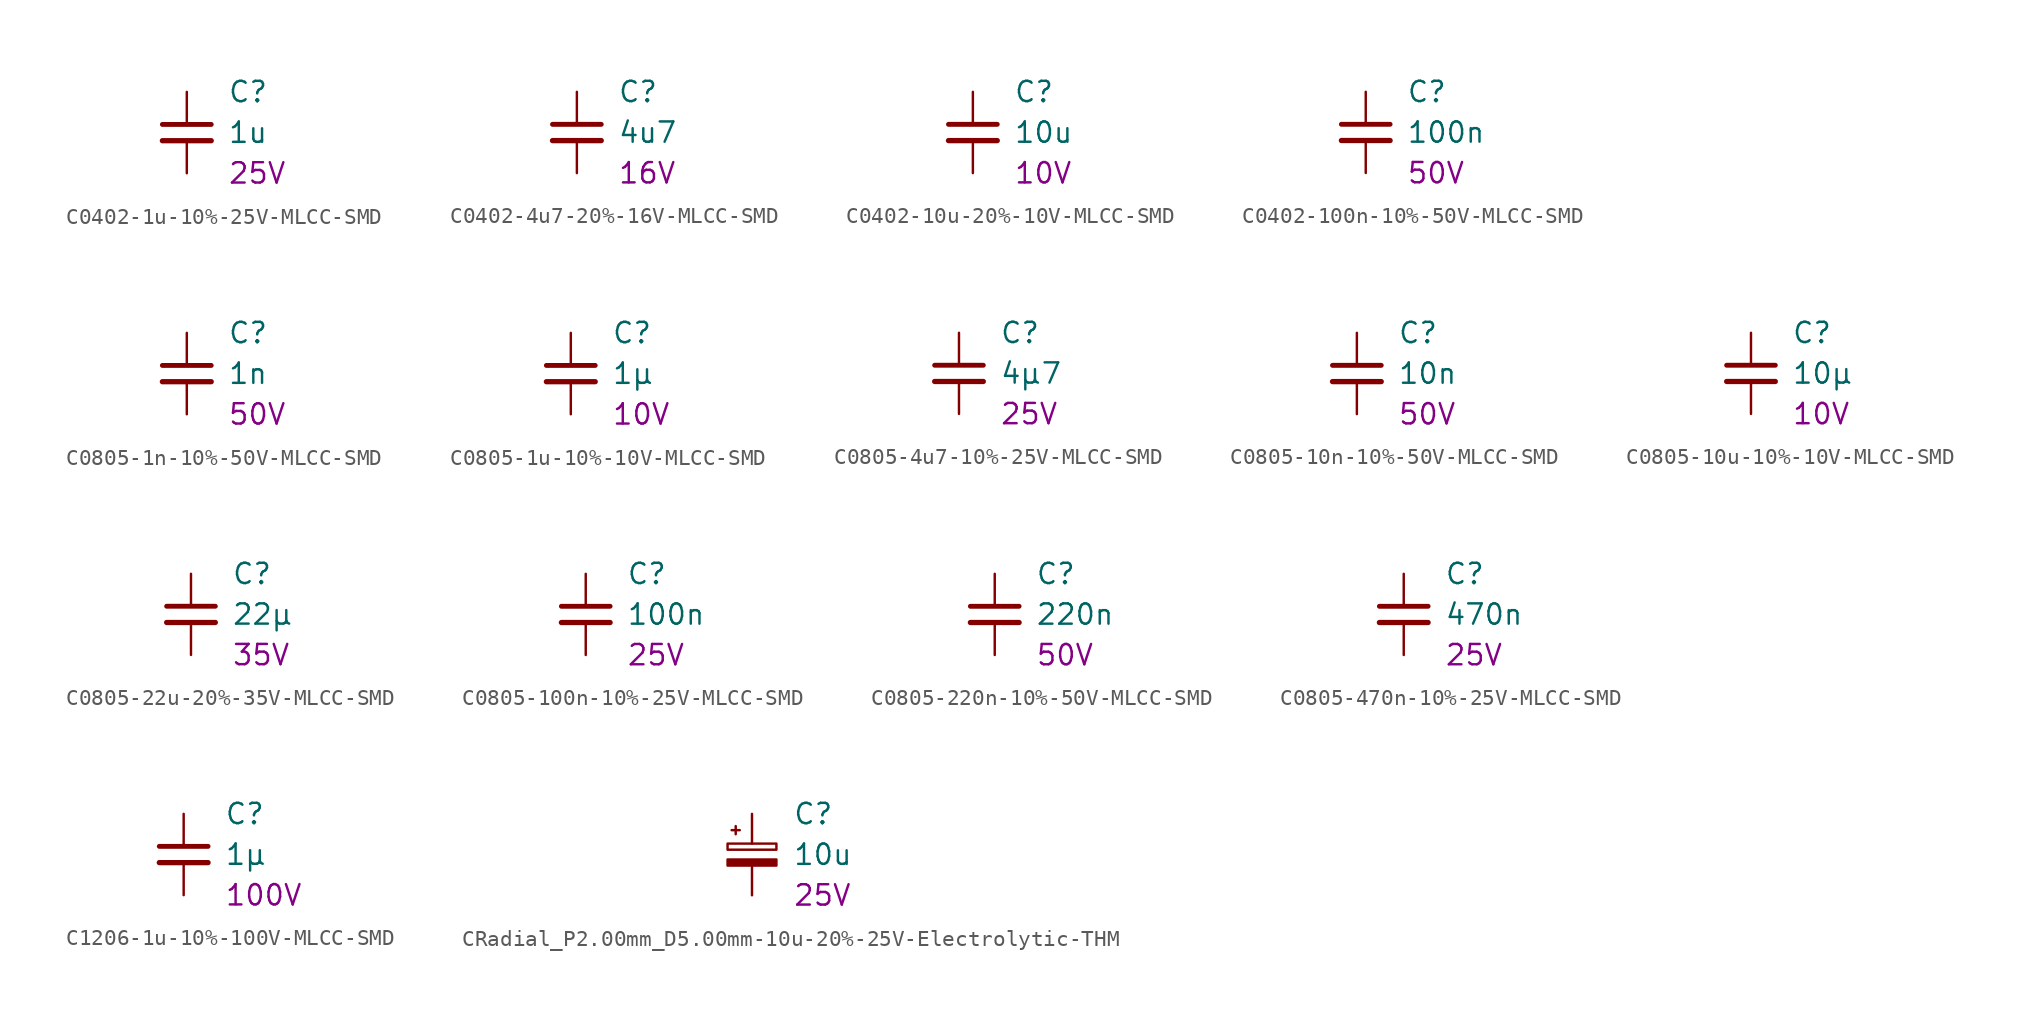
<source format=kicad_sym>
(kicad_symbol_lib
  (version 20241209)
  (generator "kicad_symbol_editor")
  (generator_version "9.0")
  (symbol "C0402-1u-10%-25V-MLCC-SMD"
    (pin_numbers
      (hide yes))
    (pin_names
      (offset 0.254)
      (hide yes))
    (property "Reference" "C"
      (at 2.54 2.54 0)
      (effects (font (size 1.27 1.27)) (justify left)))
    (property "Value" "1u"
      (at 2.54 0 0)
      (effects (font (size 1.27 1.27)) (justify left)))
    (property "Voltage Rating" "25V"
      (at 2.54 -2.54 0)
      (effects (font (size 1.27 1.27)) (justify left)))
    (symbol "C0402-1u-10%-25V-MLCC-SMD_0_1"
      (polyline (pts (xy -1.524 0.508) (xy 1.524 0.508)) (stroke (width 0.305) (type default)) (fill (type none)))
      (polyline (pts (xy -1.524 -0.508) (xy 1.524 -0.508)) (stroke (width 0.33) (type default)) (fill (type none))))
    (symbol "C0402-1u-10%-25V-MLCC-SMD_1_1"
      (pin passive line (at 0 2.54 270) (length 2.032) (name "~" (effects (font (size 1.27 1.27)))) (number "1" (effects (font (size 1.27 1.27)))))
      (pin passive line (at 0 -2.54 90) (length 2.032) (name "~" (effects (font (size 1.27 1.27)))) (number "2" (effects (font (size 1.27 1.27)))))))
  (symbol "C0402-4u7-20%-16V-MLCC-SMD"
    (pin_numbers
      (hide yes))
    (pin_names
      (offset 0.254)
      (hide yes))
    (property "Reference" "C"
      (at 2.54 2.54 0)
      (effects (font (size 1.27 1.27)) (justify left)))
    (property "Value" "4u7"
      (at 2.54 0 0)
      (effects (font (size 1.27 1.27)) (justify left)))
    (property "Voltage Rating" "16V"
      (at 2.54 -2.54 0)
      (effects (font (size 1.27 1.27)) (justify left)))
    (symbol "C0402-4u7-20%-16V-MLCC-SMD_0_1"
      (polyline (pts (xy -1.524 0.508) (xy 1.524 0.508)) (stroke (width 0.305) (type default)) (fill (type none)))
      (polyline (pts (xy -1.524 -0.508) (xy 1.524 -0.508)) (stroke (width 0.33) (type default)) (fill (type none))))
    (symbol "C0402-4u7-20%-16V-MLCC-SMD_1_1"
      (pin passive line (at 0 2.54 270) (length 2.032) (name "~" (effects (font (size 1.27 1.27)))) (number "1" (effects (font (size 1.27 1.27)))))
      (pin passive line (at 0 -2.54 90) (length 2.032) (name "~" (effects (font (size 1.27 1.27)))) (number "2" (effects (font (size 1.27 1.27)))))))
  (symbol "C0402-10u-20%-10V-MLCC-SMD"
    (pin_numbers
      (hide yes))
    (pin_names
      (offset 0.254)
      (hide yes))
    (property "Reference" "C"
      (at 2.54 2.54 0)
      (effects (font (size 1.27 1.27)) (justify left)))
    (property "Value" "10u"
      (at 2.54 0 0)
      (effects (font (size 1.27 1.27)) (justify left)))
    (property "Voltage Rating" "10V"
      (at 2.54 -2.54 0)
      (effects (font (size 1.27 1.27)) (justify left)))
    (symbol "C0402-10u-20%-10V-MLCC-SMD_0_1"
      (polyline (pts (xy -1.524 0.508) (xy 1.524 0.508)) (stroke (width 0.305) (type default)) (fill (type none)))
      (polyline (pts (xy -1.524 -0.508) (xy 1.524 -0.508)) (stroke (width 0.33) (type default)) (fill (type none))))
    (symbol "C0402-10u-20%-10V-MLCC-SMD_1_1"
      (pin passive line (at 0 2.54 270) (length 2.032) (name "~" (effects (font (size 1.27 1.27)))) (number "1" (effects (font (size 1.27 1.27)))))
      (pin passive line (at 0 -2.54 90) (length 2.032) (name "~" (effects (font (size 1.27 1.27)))) (number "2" (effects (font (size 1.27 1.27)))))))
  (symbol "C0402-100n-10%-50V-MLCC-SMD"
    (pin_numbers
      (hide yes))
    (pin_names
      (offset 0.254)
      (hide yes))
    (property "Reference" "C"
      (at 2.54 2.54 0)
      (effects (font (size 1.27 1.27)) (justify left)))
    (property "Value" "100n"
      (at 2.54 0 0)
      (effects (font (size 1.27 1.27)) (justify left)))
    (property "Voltage Rating" "50V"
      (at 2.54 -2.54 0)
      (effects (font (size 1.27 1.27)) (justify left)))
    (symbol "C0402-100n-10%-50V-MLCC-SMD_0_1"
      (polyline (pts (xy -1.524 0.508) (xy 1.524 0.508)) (stroke (width 0.305) (type default)) (fill (type none)))
      (polyline (pts (xy -1.524 -0.508) (xy 1.524 -0.508)) (stroke (width 0.33) (type default)) (fill (type none))))
    (symbol "C0402-100n-10%-50V-MLCC-SMD_1_1"
      (pin passive line (at 0 2.54 270) (length 2.032) (name "~" (effects (font (size 1.27 1.27)))) (number "1" (effects (font (size 1.27 1.27)))))
      (pin passive line (at 0 -2.54 90) (length 2.032) (name "~" (effects (font (size 1.27 1.27)))) (number "2" (effects (font (size 1.27 1.27)))))))
  (symbol "C0805-1n-10%-50V-MLCC-SMD"
    (pin_numbers
      (hide yes))
    (pin_names
      (offset 0.254)
      (hide yes))
    (property "Reference" "C"
      (at 2.54 2.54 0)
      (effects (font (size 1.27 1.27)) (justify left)))
    (property "Value" "1n"
      (at 2.54 0 0)
      (effects (font (size 1.27 1.27)) (justify left)))
    (property "Voltage Rating" "50V"
      (at 2.54 -2.54 0)
      (effects (font (size 1.27 1.27)) (justify left)))
    (symbol "C0805-1n-10%-50V-MLCC-SMD_0_1"
      (polyline (pts (xy -1.524 0.508) (xy 1.524 0.508)) (stroke (width 0.305) (type default)) (fill (type none)))
      (polyline (pts (xy -1.524 -0.508) (xy 1.524 -0.508)) (stroke (width 0.33) (type default)) (fill (type none))))
    (symbol "C0805-1n-10%-50V-MLCC-SMD_1_1"
      (pin passive line (at 0 2.54 270) (length 2.032) (name "~" (effects (font (size 1.27 1.27)))) (number "1" (effects (font (size 1.27 1.27)))))
      (pin passive line (at 0 -2.54 90) (length 2.032) (name "~" (effects (font (size 1.27 1.27)))) (number "2" (effects (font (size 1.27 1.27)))))))
  (symbol "C0805-1u-10%-10V-MLCC-SMD"
    (pin_numbers
      (hide yes))
    (pin_names
      (offset 0.254)
      (hide yes))
    (property "Reference" "C"
      (at 2.54 2.54 0)
      (effects (font (size 1.27 1.27)) (justify left)))
    (property "Value" "1µ"
      (at 2.54 0 0)
      (effects (font (size 1.27 1.27)) (justify left)))
    (property "Voltage Rating" "10V"
      (at 2.54 -2.54 0)
      (effects (font (size 1.27 1.27)) (justify left)))
    (symbol "C0805-1u-10%-10V-MLCC-SMD_0_1"
      (polyline (pts (xy -1.524 0.508) (xy 1.524 0.508)) (stroke (width 0.305) (type default)) (fill (type none)))
      (polyline (pts (xy -1.524 -0.508) (xy 1.524 -0.508)) (stroke (width 0.33) (type default)) (fill (type none))))
    (symbol "C0805-1u-10%-10V-MLCC-SMD_1_1"
      (pin passive line (at 0 2.54 270) (length 2.032) (name "~" (effects (font (size 1.27 1.27)))) (number "1" (effects (font (size 1.27 1.27)))))
      (pin passive line (at 0 -2.54 90) (length 2.032) (name "~" (effects (font (size 1.27 1.27)))) (number "2" (effects (font (size 1.27 1.27)))))))
  (symbol "C0805-4u7-10%-25V-MLCC-SMD"
    (pin_numbers
      (hide yes))
    (pin_names
      (offset 0.254)
      (hide yes))
    (property "Reference" "C"
      (at 2.54 2.54 0)
      (effects (font (size 1.27 1.27)) (justify left)))
    (property "Value" "4µ7"
      (at 2.54 0 0)
      (effects (font (size 1.27 1.27)) (justify left)))
    (property "Voltage Rating" "25V"
      (at 2.54 -2.54 0)
      (effects (font (size 1.27 1.27)) (justify left)))
    (symbol "C0805-4u7-10%-25V-MLCC-SMD_0_1"
      (polyline (pts (xy -1.524 0.508) (xy 1.524 0.508)) (stroke (width 0.305) (type default)) (fill (type none)))
      (polyline (pts (xy -1.524 -0.508) (xy 1.524 -0.508)) (stroke (width 0.33) (type default)) (fill (type none))))
    (symbol "C0805-4u7-10%-25V-MLCC-SMD_1_1"
      (pin passive line (at 0 2.54 270) (length 2.032) (name "~" (effects (font (size 1.27 1.27)))) (number "1" (effects (font (size 1.27 1.27)))))
      (pin passive line (at 0 -2.54 90) (length 2.032) (name "~" (effects (font (size 1.27 1.27)))) (number "2" (effects (font (size 1.27 1.27)))))))
  (symbol "C0805-10n-10%-50V-MLCC-SMD"
    (pin_numbers
      (hide yes))
    (pin_names
      (offset 0.254)
      (hide yes))
    (property "Reference" "C"
      (at 2.54 2.54 0)
      (effects (font (size 1.27 1.27)) (justify left)))
    (property "Value" "10n"
      (at 2.54 0 0)
      (effects (font (size 1.27 1.27)) (justify left)))
    (property "Voltage Rating" "50V"
      (at 2.54 -2.54 0)
      (effects (font (size 1.27 1.27)) (justify left)))
    (symbol "C0805-10n-10%-50V-MLCC-SMD_0_1"
      (polyline (pts (xy -1.524 0.508) (xy 1.524 0.508)) (stroke (width 0.305) (type default)) (fill (type none)))
      (polyline (pts (xy -1.524 -0.508) (xy 1.524 -0.508)) (stroke (width 0.33) (type default)) (fill (type none))))
    (symbol "C0805-10n-10%-50V-MLCC-SMD_1_1"
      (pin passive line (at 0 2.54 270) (length 2.032) (name "~" (effects (font (size 1.27 1.27)))) (number "1" (effects (font (size 1.27 1.27)))))
      (pin passive line (at 0 -2.54 90) (length 2.032) (name "~" (effects (font (size 1.27 1.27)))) (number "2" (effects (font (size 1.27 1.27)))))))
  (symbol "C0805-10u-10%-10V-MLCC-SMD"
    (pin_numbers
      (hide yes))
    (pin_names
      (offset 0.254)
      (hide yes))
    (property "Reference" "C"
      (at 2.54 2.54 0)
      (effects (font (size 1.27 1.27)) (justify left)))
    (property "Value" "10µ"
      (at 2.54 0 0)
      (effects (font (size 1.27 1.27)) (justify left)))
    (property "Voltage Rating" "10V"
      (at 2.54 -2.54 0)
      (effects (font (size 1.27 1.27)) (justify left)))
    (symbol "C0805-10u-10%-10V-MLCC-SMD_0_1"
      (polyline (pts (xy -1.524 0.508) (xy 1.524 0.508)) (stroke (width 0.305) (type default)) (fill (type none)))
      (polyline (pts (xy -1.524 -0.508) (xy 1.524 -0.508)) (stroke (width 0.33) (type default)) (fill (type none))))
    (symbol "C0805-10u-10%-10V-MLCC-SMD_1_1"
      (pin passive line (at 0 2.54 270) (length 2.032) (name "~" (effects (font (size 1.27 1.27)))) (number "1" (effects (font (size 1.27 1.27)))))
      (pin passive line (at 0 -2.54 90) (length 2.032) (name "~" (effects (font (size 1.27 1.27)))) (number "2" (effects (font (size 1.27 1.27)))))))
  (symbol "C0805-22u-20%-35V-MLCC-SMD"
    (pin_numbers
      (hide yes))
    (pin_names
      (offset 0.254)
      (hide yes))
    (property "Reference" "C"
      (at 2.54 2.54 0)
      (effects (font (size 1.27 1.27)) (justify left)))
    (property "Value" "22µ"
      (at 2.54 0 0)
      (effects (font (size 1.27 1.27)) (justify left)))
    (property "Voltage Rating" "35V"
      (at 2.54 -2.54 0)
      (effects (font (size 1.27 1.27)) (justify left)))
    (symbol "C0805-22u-20%-35V-MLCC-SMD_0_1"
      (polyline (pts (xy -1.524 0.508) (xy 1.524 0.508)) (stroke (width 0.305) (type default)) (fill (type none)))
      (polyline (pts (xy -1.524 -0.508) (xy 1.524 -0.508)) (stroke (width 0.33) (type default)) (fill (type none))))
    (symbol "C0805-22u-20%-35V-MLCC-SMD_1_1"
      (pin passive line (at 0 2.54 270) (length 2.032) (name "~" (effects (font (size 1.27 1.27)))) (number "1" (effects (font (size 1.27 1.27)))))
      (pin passive line (at 0 -2.54 90) (length 2.032) (name "~" (effects (font (size 1.27 1.27)))) (number "2" (effects (font (size 1.27 1.27)))))))
  (symbol "C0805-100n-10%-25V-MLCC-SMD"
    (pin_numbers
      (hide yes))
    (pin_names
      (offset 0.254)
      (hide yes))
    (property "Reference" "C"
      (at 2.54 2.54 0)
      (effects (font (size 1.27 1.27)) (justify left)))
    (property "Value" "100n"
      (at 2.54 0 0)
      (effects (font (size 1.27 1.27)) (justify left)))
    (property "Voltage Rating" "25V"
      (at 2.54 -2.54 0)
      (effects (font (size 1.27 1.27)) (justify left)))
    (symbol "C0805-100n-10%-25V-MLCC-SMD_0_1"
      (polyline (pts (xy -1.524 0.508) (xy 1.524 0.508)) (stroke (width 0.305) (type default)) (fill (type none)))
      (polyline (pts (xy -1.524 -0.508) (xy 1.524 -0.508)) (stroke (width 0.33) (type default)) (fill (type none))))
    (symbol "C0805-100n-10%-25V-MLCC-SMD_1_1"
      (pin passive line (at 0 2.54 270) (length 2.032) (name "~" (effects (font (size 1.27 1.27)))) (number "1" (effects (font (size 1.27 1.27)))))
      (pin passive line (at 0 -2.54 90) (length 2.032) (name "~" (effects (font (size 1.27 1.27)))) (number "2" (effects (font (size 1.27 1.27)))))))
  (symbol "C0805-220n-10%-50V-MLCC-SMD"
    (pin_numbers
      (hide yes))
    (pin_names
      (offset 0.254)
      (hide yes))
    (property "Reference" "C"
      (at 2.54 2.54 0)
      (effects (font (size 1.27 1.27)) (justify left)))
    (property "Value" "220n"
      (at 2.54 0 0)
      (effects (font (size 1.27 1.27)) (justify left)))
    (property "Voltage Rating" "50V"
      (at 2.54 -2.54 0)
      (effects (font (size 1.27 1.27)) (justify left)))
    (symbol "C0805-220n-10%-50V-MLCC-SMD_0_1"
      (polyline (pts (xy -1.524 0.508) (xy 1.524 0.508)) (stroke (width 0.305) (type default)) (fill (type none)))
      (polyline (pts (xy -1.524 -0.508) (xy 1.524 -0.508)) (stroke (width 0.33) (type default)) (fill (type none))))
    (symbol "C0805-220n-10%-50V-MLCC-SMD_1_1"
      (pin passive line (at 0 2.54 270) (length 2.032) (name "~" (effects (font (size 1.27 1.27)))) (number "1" (effects (font (size 1.27 1.27)))))
      (pin passive line (at 0 -2.54 90) (length 2.032) (name "~" (effects (font (size 1.27 1.27)))) (number "2" (effects (font (size 1.27 1.27)))))))
  (symbol "C0805-470n-10%-25V-MLCC-SMD"
    (pin_numbers
      (hide yes))
    (pin_names
      (offset 0.254)
      (hide yes))
    (property "Reference" "C"
      (at 2.54 2.54 0)
      (effects (font (size 1.27 1.27)) (justify left)))
    (property "Value" "470n"
      (at 2.54 0 0)
      (effects (font (size 1.27 1.27)) (justify left)))
    (property "Voltage Rating" "25V"
      (at 2.54 -2.54 0)
      (effects (font (size 1.27 1.27)) (justify left)))
    (symbol "C0805-470n-10%-25V-MLCC-SMD_0_1"
      (polyline (pts (xy -1.524 0.508) (xy 1.524 0.508)) (stroke (width 0.305) (type default)) (fill (type none)))
      (polyline (pts (xy -1.524 -0.508) (xy 1.524 -0.508)) (stroke (width 0.33) (type default)) (fill (type none))))
    (symbol "C0805-470n-10%-25V-MLCC-SMD_1_1"
      (pin passive line (at 0 2.54 270) (length 2.032) (name "~" (effects (font (size 1.27 1.27)))) (number "1" (effects (font (size 1.27 1.27)))))
      (pin passive line (at 0 -2.54 90) (length 2.032) (name "~" (effects (font (size 1.27 1.27)))) (number "2" (effects (font (size 1.27 1.27)))))))
  (symbol "C1206-1u-10%-100V-MLCC-SMD"
    (pin_numbers
      (hide yes))
    (pin_names
      (offset 0.254)
      (hide yes))
    (property "Reference" "C"
      (at 2.54 2.54 0)
      (effects (font (size 1.27 1.27)) (justify left)))
    (property "Value" "1µ"
      (at 2.54 0 0)
      (effects (font (size 1.27 1.27)) (justify left)))
    (property "Voltage Rating" "100V"
      (at 2.54 -2.54 0)
      (effects (font (size 1.27 1.27)) (justify left)))
    (symbol "C1206-1u-10%-100V-MLCC-SMD_0_1"
      (polyline (pts (xy -1.524 0.508) (xy 1.524 0.508)) (stroke (width 0.305) (type default)) (fill (type none)))
      (polyline (pts (xy -1.524 -0.508) (xy 1.524 -0.508)) (stroke (width 0.33) (type default)) (fill (type none))))
    (symbol "C1206-1u-10%-100V-MLCC-SMD_1_1"
      (pin passive line (at 0 2.54 270) (length 2.032) (name "~" (effects (font (size 1.27 1.27)))) (number "1" (effects (font (size 1.27 1.27)))))
      (pin passive line (at 0 -2.54 90) (length 2.032) (name "~" (effects (font (size 1.27 1.27)))) (number "2" (effects (font (size 1.27 1.27)))))))
  (symbol "CRadial_P2.00mm_D5.00mm-10u-20%-25V-Electrolytic-THM"
    (pin_numbers
      (hide yes))
    (pin_names
      (offset 0.254)
      (hide yes))
    (property "Reference" "C"
      (at 2.54 2.54 0)
      (effects (font (size 1.27 1.27)) (justify left)))
    (property "Value" "10u"
      (at 2.54 0 0)
      (effects (font (size 1.27 1.27)) (justify left)))
    (property "Voltage Rating" "25V"
      (at 2.54 -2.54 0)
      (effects (font (size 1.27 1.27)) (justify left)))
    (symbol "CRadial_P2.00mm_D5.00mm-10u-20%-25V-Electrolytic-THM_0_1"
      (rectangle (start -1.524 0.686) (end 1.524 0.305) (stroke (width 0) (type default)) (fill (type none)))
      (rectangle (start -1.524 -0.305) (end 1.524 -0.686) (stroke (width 0) (type default)) (fill (type outline)))
      (polyline (pts (xy -1.27 1.524) (xy -0.762 1.524)) (stroke (width 0) (type default)) (fill (type none)))
      (polyline (pts (xy -1.016 1.27) (xy -1.016 1.778)) (stroke (width 0) (type default)) (fill (type none))))
    (symbol "CRadial_P2.00mm_D5.00mm-10u-20%-25V-Electrolytic-THM_1_1"
      (pin passive line (at 0 2.54 270) (length 1.854) (name "~" (effects (font (size 1.27 1.27)))) (number "1" (effects (font (size 1.27 1.27)))))
      (pin passive line (at 0 -2.54 90) (length 1.854) (name "~" (effects (font (size 1.27 1.27)))) (number "2" (effects (font (size 1.27 1.27))))))))
</source>
